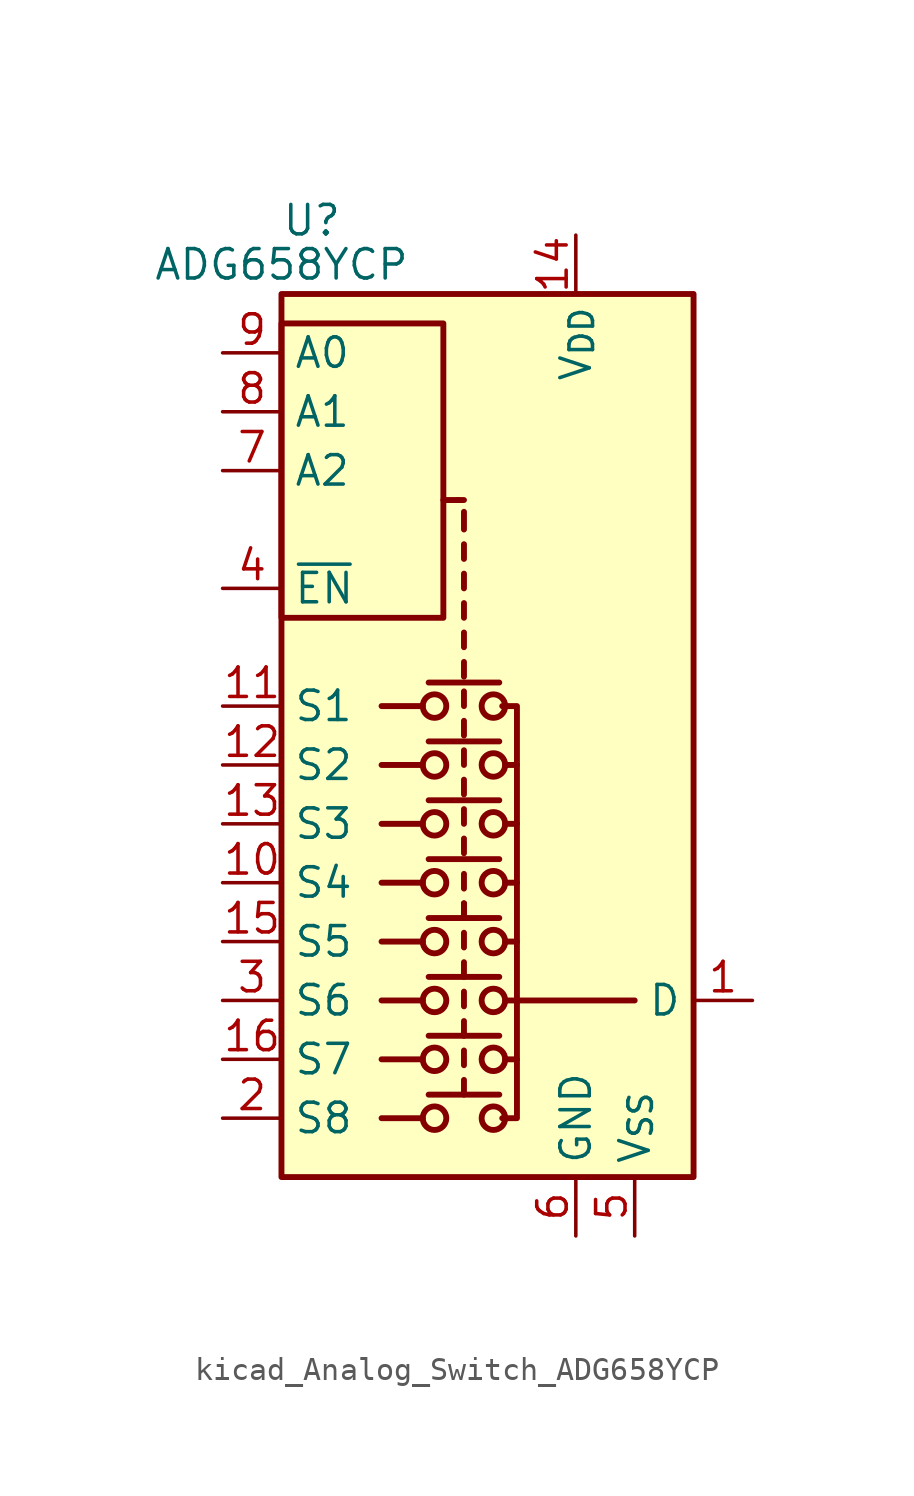
<source format=kicad_sym>
(kicad_symbol_lib
  (version 20220914)
  (generator kicad_symbol_editor)
  (symbol "kicad_Analog_Switch_ADG658YCP"
    (property "Reference" "U"
      (at -7.62 23.495 0)
      (effects (font (size 1.27 1.27)) (justify left)))
    (property "Value" "ADG658YCP"
      (at -7.62 21.59 0)
      (effects (font (size 1.27 1.27))))
    (symbol "kicad_Analog_Switch_ADG658YCP_0_0"
      (pin power_in line (at 5.08 -20.32 90) (length 2.54) (name "GND" (effects (font (size 1.27 1.27)))) (number "6" (effects (font (size 1.27 1.27))))))
    (symbol "kicad_Analog_Switch_ADG658YCP_0_1"
      (rectangle (start -7.62 6.35) (end -0.635 19.05) (stroke (width 0.254) (type default)) (fill (type none)))
      (rectangle (start -7.62 20.32) (end 10.16 -17.78) (stroke (width 0.254) (type default)) (fill (type background)))
      (circle (center -1.016 -15.24) (radius 0.508) (stroke (width 0.254) (type default)) (fill (type none)))
      (circle (center -1.016 -12.7) (radius 0.508) (stroke (width 0.254) (type default)) (fill (type none)))
      (circle (center -1.016 -10.16) (radius 0.508) (stroke (width 0.254) (type default)) (fill (type none)))
      (circle (center -1.016 -7.62) (radius 0.508) (stroke (width 0.254) (type default)) (fill (type none)))
      (circle (center -1.016 -5.08) (radius 0.508) (stroke (width 0.254) (type default)) (fill (type none)))
      (circle (center -1.016 -2.54) (radius 0.508) (stroke (width 0.254) (type default)) (fill (type none)))
      (circle (center -1.016 0) (radius 0.508) (stroke (width 0.254) (type default)) (fill (type none)))
      (circle (center -1.016 2.54) (radius 0.508) (stroke (width 0.254) (type default)) (fill (type none)))
      (polyline (pts (xy -1.524 -15.24) (xy -3.302 -15.24)) (stroke (width 0.254) (type default)) (fill (type none)))
      (polyline (pts (xy -1.524 -12.7) (xy -3.302 -12.7)) (stroke (width 0.254) (type default)) (fill (type none)))
      (polyline (pts (xy -1.524 -10.16) (xy -3.302 -10.16)) (stroke (width 0.254) (type default)) (fill (type none)))
      (polyline (pts (xy -1.524 -7.62) (xy -3.302 -7.62)) (stroke (width 0.254) (type default)) (fill (type none)))
      (polyline (pts (xy -1.524 -5.08) (xy -3.302 -5.08)) (stroke (width 0.254) (type default)) (fill (type none)))
      (polyline (pts (xy -1.524 -2.54) (xy -3.302 -2.54)) (stroke (width 0.254) (type default)) (fill (type none)))
      (polyline (pts (xy -1.524 0) (xy -3.302 0)) (stroke (width 0.254) (type default)) (fill (type none)))
      (polyline (pts (xy -1.524 2.54) (xy -3.302 2.54)) (stroke (width 0.254) (type default)) (fill (type none)))
      (polyline (pts (xy -1.27 -14.224) (xy 1.778 -14.224)) (stroke (width 0.254) (type default)) (fill (type none)))
      (polyline (pts (xy -1.27 -11.684) (xy 1.778 -11.684)) (stroke (width 0.254) (type default)) (fill (type none)))
      (polyline (pts (xy -1.27 -9.144) (xy 1.778 -9.144)) (stroke (width 0.254) (type default)) (fill (type none)))
      (polyline (pts (xy -1.27 -6.604) (xy 1.778 -6.604)) (stroke (width 0.254) (type default)) (fill (type none)))
      (polyline (pts (xy -1.27 -4.064) (xy 1.778 -4.064)) (stroke (width 0.254) (type default)) (fill (type none)))
      (polyline (pts (xy -1.27 -1.524) (xy 1.778 -1.524)) (stroke (width 0.254) (type default)) (fill (type none)))
      (polyline (pts (xy -1.27 1.016) (xy 1.778 1.016)) (stroke (width 0.254) (type default)) (fill (type none)))
      (polyline (pts (xy -1.27 3.556) (xy 1.778 3.556)) (stroke (width 0.254) (type default)) (fill (type none)))
      (polyline (pts (xy -0.635 11.43) (xy 0 11.43)) (stroke (width 0.254) (type default)) (fill (type none)))
      (polyline (pts (xy 0.254 -14.224) (xy 0.254 -13.589)) (stroke (width 0.254) (type default)) (fill (type none)))
      (polyline (pts (xy 0.254 -12.954) (xy 0.254 -12.319)) (stroke (width 0.254) (type default)) (fill (type none)))
      (polyline (pts (xy 0.254 -11.684) (xy 0.254 -11.049)) (stroke (width 0.254) (type default)) (fill (type none)))
      (polyline (pts (xy 0.254 -10.414) (xy 0.254 -9.779)) (stroke (width 0.254) (type default)) (fill (type none)))
      (polyline (pts (xy 0.254 -9.144) (xy 0.254 -8.509)) (stroke (width 0.254) (type default)) (fill (type none)))
      (polyline (pts (xy 0.254 -7.874) (xy 0.254 -7.239)) (stroke (width 0.254) (type default)) (fill (type none)))
      (polyline (pts (xy 0.254 -6.604) (xy 0.254 -5.969)) (stroke (width 0.254) (type default)) (fill (type none)))
      (polyline (pts (xy 0.254 -6.604) (xy 0.254 -5.969)) (stroke (width 0.254) (type default)) (fill (type none)))
      (polyline (pts (xy 0.254 -5.334) (xy 0.254 -4.699)) (stroke (width 0.254) (type default)) (fill (type none)))
      (polyline (pts (xy 0.254 -3.81) (xy 0.254 -3.175)) (stroke (width 0.254) (type default)) (fill (type none)))
      (polyline (pts (xy 0.254 -2.54) (xy 0.254 -1.905)) (stroke (width 0.254) (type default)) (fill (type none)))
      (polyline (pts (xy 0.254 -1.27) (xy 0.254 -0.635)) (stroke (width 0.254) (type default)) (fill (type none)))
      (polyline (pts (xy 0.254 0) (xy 0.254 0.635)) (stroke (width 0.254) (type default)) (fill (type none)))
      (polyline (pts (xy 0.254 1.27) (xy 0.254 1.905)) (stroke (width 0.254) (type default)) (fill (type none)))
      (polyline (pts (xy 0.254 2.54) (xy 0.254 3.175)) (stroke (width 0.254) (type default)) (fill (type none)))
      (polyline (pts (xy 0.254 3.81) (xy 0.254 4.445)) (stroke (width 0.254) (type default)) (fill (type none)))
      (polyline (pts (xy 0.254 5.08) (xy 0.254 5.715)) (stroke (width 0.254) (type default)) (fill (type none)))
      (polyline (pts (xy 0.254 6.35) (xy 0.254 6.985)) (stroke (width 0.254) (type default)) (fill (type none)))
      (polyline (pts (xy 0.254 7.62) (xy 0.254 8.255)) (stroke (width 0.254) (type default)) (fill (type none)))
      (polyline (pts (xy 0.254 8.89) (xy 0.254 9.525)) (stroke (width 0.254) (type default)) (fill (type none)))
      (polyline (pts (xy 0.254 10.16) (xy 0.254 10.922)) (stroke (width 0.254) (type default)) (fill (type none)))
      (polyline (pts (xy 0.254 11.43) (xy 0 11.43)) (stroke (width 0.254) (type default)) (fill (type none)))
      (polyline (pts (xy 2.032 -12.7) (xy 2.54 -12.7)) (stroke (width 0.254) (type default)) (fill (type none)))
      (polyline (pts (xy 2.032 -10.16) (xy 2.54 -10.16)) (stroke (width 0.254) (type default)) (fill (type none)))
      (polyline (pts (xy 2.032 -7.62) (xy 2.54 -7.62)) (stroke (width 0.254) (type default)) (fill (type none)))
      (polyline (pts (xy 2.032 -5.08) (xy 2.54 -5.08)) (stroke (width 0.254) (type default)) (fill (type none)))
      (polyline (pts (xy 2.032 -2.54) (xy 2.54 -2.54)) (stroke (width 0.254) (type default)) (fill (type none)))
      (polyline (pts (xy 2.032 0) (xy 2.54 0)) (stroke (width 0.254) (type default)) (fill (type none)))
      (polyline (pts (xy 2.54 -10.16) (xy 7.62 -10.16)) (stroke (width 0.254) (type default)) (fill (type none)))
      (polyline (pts (xy 1.905 2.54) (xy 2.54 2.54) (xy 2.54 -15.24) (xy 1.905 -15.24)) (stroke (width 0.254) (type default)) (fill (type none)))
      (circle (center 1.524 -15.24) (radius 0.508) (stroke (width 0.254) (type default)) (fill (type none)))
      (circle (center 1.524 -12.7) (radius 0.508) (stroke (width 0.254) (type default)) (fill (type none)))
      (circle (center 1.524 -10.16) (radius 0.508) (stroke (width 0.254) (type default)) (fill (type none)))
      (circle (center 1.524 -7.62) (radius 0.508) (stroke (width 0.254) (type default)) (fill (type none)))
      (circle (center 1.524 -5.08) (radius 0.508) (stroke (width 0.254) (type default)) (fill (type none)))
      (circle (center 1.524 -2.54) (radius 0.508) (stroke (width 0.254) (type default)) (fill (type none)))
      (circle (center 1.524 0) (radius 0.508) (stroke (width 0.254) (type default)) (fill (type none)))
      (circle (center 1.524 2.54) (radius 0.508) (stroke (width 0.254) (type default)) (fill (type none))))
    (symbol "kicad_Analog_Switch_ADG658YCP_1_1"
      (pin bidirectional line (at 12.7 -10.16 180) (length 2.54) (name "D" (effects (font (size 1.27 1.27)))) (number "1" (effects (font (size 1.27 1.27)))))
      (pin bidirectional line (at -10.16 -5.08 0) (length 2.54) (name "S4" (effects (font (size 1.27 1.27)))) (number "10" (effects (font (size 1.27 1.27)))))
      (pin bidirectional line (at -10.16 2.54 0) (length 2.54) (name "S1" (effects (font (size 1.27 1.27)))) (number "11" (effects (font (size 1.27 1.27)))))
      (pin bidirectional line (at -10.16 0 0) (length 2.54) (name "S2" (effects (font (size 1.27 1.27)))) (number "12" (effects (font (size 1.27 1.27)))))
      (pin bidirectional line (at -10.16 -2.54 0) (length 2.54) (name "S3" (effects (font (size 1.27 1.27)))) (number "13" (effects (font (size 1.27 1.27)))))
      (pin power_in line (at 5.08 22.86 270) (length 2.54) (name "V_{DD}" (effects (font (size 1.27 1.27)))) (number "14" (effects (font (size 1.27 1.27)))))
      (pin bidirectional line (at -10.16 -7.62 0) (length 2.54) (name "S5" (effects (font (size 1.27 1.27)))) (number "15" (effects (font (size 1.27 1.27)))))
      (pin bidirectional line (at -10.16 -12.7 0) (length 2.54) (name "S7" (effects (font (size 1.27 1.27)))) (number "16" (effects (font (size 1.27 1.27)))))
      (pin no_connect line (at 2.54 -17.78 90) (length 2.54) hide (name "EPAD" (effects (font (size 1.27 1.27)))) (number "17" (effects (font (size 1.27 1.27)))))
      (pin bidirectional line (at -10.16 -15.24 0) (length 2.54) (name "S8" (effects (font (size 1.27 1.27)))) (number "2" (effects (font (size 1.27 1.27)))))
      (pin bidirectional line (at -10.16 -10.16 0) (length 2.54) (name "S6" (effects (font (size 1.27 1.27)))) (number "3" (effects (font (size 1.27 1.27)))))
      (pin input line (at -10.16 7.62 0) (length 2.54) (name "~{EN}" (effects (font (size 1.27 1.27)))) (number "4" (effects (font (size 1.27 1.27)))))
      (pin power_in line (at 7.62 -20.32 90) (length 2.54) (name "V_{SS}" (effects (font (size 1.27 1.27)))) (number "5" (effects (font (size 1.27 1.27)))))
      (pin input line (at -10.16 12.7 0) (length 2.54) (name "A2" (effects (font (size 1.27 1.27)))) (number "7" (effects (font (size 1.27 1.27)))))
      (pin input line (at -10.16 15.24 0) (length 2.54) (name "A1" (effects (font (size 1.27 1.27)))) (number "8" (effects (font (size 1.27 1.27)))))
      (pin input line (at -10.16 17.78 0) (length 2.54) (name "A0" (effects (font (size 1.27 1.27)))) (number "9" (effects (font (size 1.27 1.27))))))))
</source>
